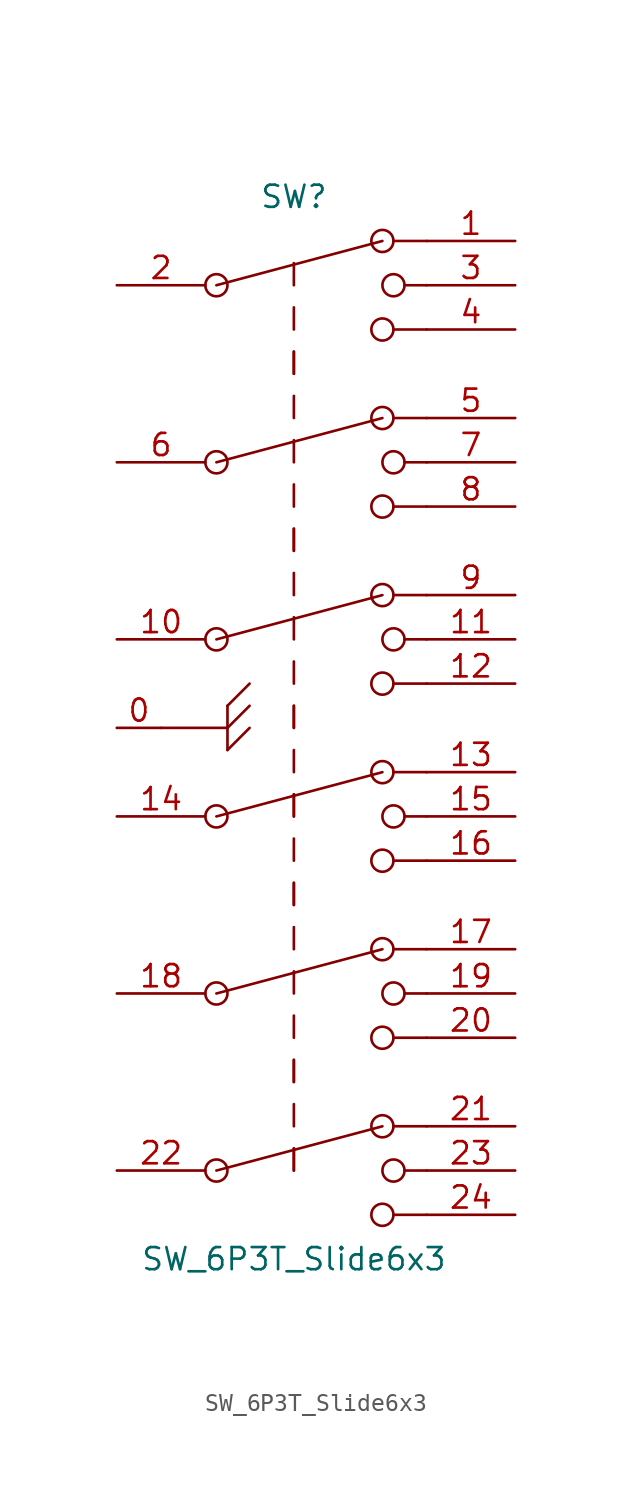
<source format=kicad_sym>
(kicad_symbol_lib
  (version 20211014)
  (generator kicad_symbol_editor)
  (symbol "SW_6P3T_Slide6x3"
    (pin_names
      (offset 1.016) hide)
    (property "Reference" "SW"
      (at 0 30.48 0)
      (effects (font (size 1.27 1.27))))
    (property "Value" "SW_6P3T_Slide6x3"
      (at 0 -30.48 0)
      (effects (font (size 1.27 1.27))))
    (symbol "SW_6P3T_Slide6x3_0_0"
      (circle (center -4.445 -25.4) (radius 0.635) (stroke (width 0) (type default) (color 0 0 0 0)) (fill (type none)))
      (circle (center -4.445 -15.24) (radius 0.635) (stroke (width 0) (type default) (color 0 0 0 0)) (fill (type none)))
      (circle (center -4.445 15.24) (radius 0.635) (stroke (width 0) (type default) (color 0 0 0 0)) (fill (type none)))
      (circle (center -4.445 25.4) (radius 0.635) (stroke (width 0) (type default) (color 0 0 0 0)) (fill (type none)))
      (polyline (pts (xy -4.445 -25.4) (xy 5.08 -22.86)) (stroke (width 0) (type default) (color 0 0 0 0)) (fill (type none)))
      (polyline (pts (xy -4.445 -15.24) (xy 5.08 -12.7)) (stroke (width 0) (type default) (color 0 0 0 0)) (fill (type none)))
      (polyline (pts (xy -4.445 15.24) (xy 5.08 17.78)) (stroke (width 0) (type default) (color 0 0 0 0)) (fill (type none)))
      (polyline (pts (xy -4.445 25.4) (xy 5.08 27.94)) (stroke (width 0) (type default) (color 0 0 0 0)) (fill (type none)))
      (polyline (pts (xy 0 -22.86) (xy 0 -21.59)) (stroke (width 0) (type default) (color 0 0 0 0)) (fill (type none)))
      (polyline (pts (xy 0 -20.32) (xy 0 -19.05)) (stroke (width 0) (type default) (color 0 0 0 0)) (fill (type none)))
      (polyline (pts (xy 0 -20.32) (xy 0 -19.05)) (stroke (width 0) (type default) (color 0 0 0 0)) (fill (type none)))
      (polyline (pts (xy 0 -17.78) (xy 0 -16.51)) (stroke (width 0) (type default) (color 0 0 0 0)) (fill (type none)))
      (polyline (pts (xy 0 -15.24) (xy 0 -13.97)) (stroke (width 0) (type default) (color 0 0 0 0)) (fill (type none)))
      (polyline (pts (xy 0 -12.7) (xy 0 -11.43)) (stroke (width 0) (type default) (color 0 0 0 0)) (fill (type none)))
      (polyline (pts (xy 0 -10.16) (xy 0 -8.89)) (stroke (width 0) (type default) (color 0 0 0 0)) (fill (type none)))
      (polyline (pts (xy 0 -10.16) (xy 0 -8.89)) (stroke (width 0) (type default) (color 0 0 0 0)) (fill (type none)))
      (polyline (pts (xy 0 12.7) (xy 0 13.97)) (stroke (width 0) (type default) (color 0 0 0 0)) (fill (type none)))
      (polyline (pts (xy 0 15.24) (xy 0 16.51)) (stroke (width 0) (type default) (color 0 0 0 0)) (fill (type none)))
      (polyline (pts (xy 0 17.78) (xy 0 19.05)) (stroke (width 0) (type default) (color 0 0 0 0)) (fill (type none)))
      (polyline (pts (xy 0 20.32) (xy 0 21.59)) (stroke (width 0) (type default) (color 0 0 0 0)) (fill (type none)))
      (polyline (pts (xy 0 20.32) (xy 0 21.59)) (stroke (width 0) (type default) (color 0 0 0 0)) (fill (type none)))
      (polyline (pts (xy 0 22.86) (xy 0 24.13)) (stroke (width 0) (type default) (color 0 0 0 0)) (fill (type none)))
      (polyline (pts (xy 0 25.4) (xy 0 26.67)) (stroke (width 0) (type default) (color 0 0 0 0)) (fill (type none)))
      (polyline (pts (xy 5.715 -27.94) (xy 7.62 -27.94)) (stroke (width 0) (type default) (color 0 0 0 0)) (fill (type none)))
      (polyline (pts (xy 5.715 -22.86) (xy 7.62 -22.86)) (stroke (width 0) (type default) (color 0 0 0 0)) (fill (type none)))
      (polyline (pts (xy 5.715 -17.78) (xy 7.62 -17.78)) (stroke (width 0) (type default) (color 0 0 0 0)) (fill (type none)))
      (polyline (pts (xy 5.715 -12.7) (xy 7.62 -12.7)) (stroke (width 0) (type default) (color 0 0 0 0)) (fill (type none)))
      (polyline (pts (xy 5.715 12.7) (xy 7.62 12.7)) (stroke (width 0) (type default) (color 0 0 0 0)) (fill (type none)))
      (polyline (pts (xy 5.715 17.78) (xy 7.62 17.78)) (stroke (width 0) (type default) (color 0 0 0 0)) (fill (type none)))
      (polyline (pts (xy 5.715 22.86) (xy 7.62 22.86)) (stroke (width 0) (type default) (color 0 0 0 0)) (fill (type none)))
      (polyline (pts (xy 5.715 27.94) (xy 7.62 27.94)) (stroke (width 0) (type default) (color 0 0 0 0)) (fill (type none)))
      (polyline (pts (xy 6.35 -25.4) (xy 7.62 -25.4)) (stroke (width 0) (type default) (color 0 0 0 0)) (fill (type none)))
      (polyline (pts (xy 6.35 -15.24) (xy 7.62 -15.24)) (stroke (width 0) (type default) (color 0 0 0 0)) (fill (type none)))
      (polyline (pts (xy 6.35 15.24) (xy 7.62 15.24)) (stroke (width 0) (type default) (color 0 0 0 0)) (fill (type none)))
      (polyline (pts (xy 6.35 25.4) (xy 7.62 25.4)) (stroke (width 0) (type default) (color 0 0 0 0)) (fill (type none)))
      (circle (center 5.08 -27.94) (radius 0.635) (stroke (width 0) (type default) (color 0 0 0 0)) (fill (type none)))
      (circle (center 5.08 -22.86) (radius 0.635) (stroke (width 0) (type default) (color 0 0 0 0)) (fill (type none)))
      (circle (center 5.08 -17.78) (radius 0.635) (stroke (width 0) (type default) (color 0 0 0 0)) (fill (type none)))
      (circle (center 5.08 -12.7) (radius 0.635) (stroke (width 0) (type default) (color 0 0 0 0)) (fill (type none)))
      (circle (center 5.08 12.7) (radius 0.635) (stroke (width 0) (type default) (color 0 0 0 0)) (fill (type none)))
      (circle (center 5.08 17.78) (radius 0.635) (stroke (width 0) (type default) (color 0 0 0 0)) (fill (type none)))
      (circle (center 5.08 22.86) (radius 0.635) (stroke (width 0) (type default) (color 0 0 0 0)) (fill (type none)))
      (circle (center 5.08 27.94) (radius 0.635) (stroke (width 0) (type default) (color 0 0 0 0)) (fill (type none)))
      (circle (center 5.715 -25.4) (radius 0.635) (stroke (width 0) (type default) (color 0 0 0 0)) (fill (type none)))
      (circle (center 5.715 -15.24) (radius 0.635) (stroke (width 0) (type default) (color 0 0 0 0)) (fill (type none)))
      (circle (center 5.715 15.24) (radius 0.635) (stroke (width 0) (type default) (color 0 0 0 0)) (fill (type none)))
      (circle (center 5.715 25.4) (radius 0.635) (stroke (width 0) (type default) (color 0 0 0 0)) (fill (type none))))
    (symbol "SW_6P3T_Slide6x3_0_1"
      (polyline (pts (xy -3.81 -1.27) (xy -2.54 0)) (stroke (width 0) (type default) (color 0 0 0 0)) (fill (type none)))
      (polyline (pts (xy -3.81 0) (xy -7.62 0)) (stroke (width 0) (type default) (color 0 0 0 0)) (fill (type none)))
      (polyline (pts (xy -3.81 0) (xy -2.54 1.27)) (stroke (width 0) (type default) (color 0 0 0 0)) (fill (type none)))
      (polyline (pts (xy -3.81 1.27) (xy -3.81 -1.27)) (stroke (width 0) (type default) (color 0 0 0 0)) (fill (type none)))
      (polyline (pts (xy -3.81 1.27) (xy -2.54 2.54)) (stroke (width 0) (type default) (color 0 0 0 0)) (fill (type none)))
      (pin passive line (at 12.7 27.94 180) (length 5.08) (name "1" (effects (font (size 1.27 1.27)))) (number "1" (effects (font (size 1.27 1.27)))))
      (pin passive line (at 12.7 -12.7 180) (length 5.08) (name "17" (effects (font (size 1.27 1.27)))) (number "17" (effects (font (size 1.27 1.27)))))
      (pin passive line (at -10.16 -15.24 0) (length 5.08) (name "18" (effects (font (size 1.27 1.27)))) (number "18" (effects (font (size 1.27 1.27)))))
      (pin passive line (at 12.7 -15.24 180) (length 5.08) (name "19" (effects (font (size 1.27 1.27)))) (number "19" (effects (font (size 1.27 1.27)))))
      (pin passive line (at -10.16 25.4 0) (length 5.08) (name "2" (effects (font (size 1.27 1.27)))) (number "2" (effects (font (size 1.27 1.27)))))
      (pin passive line (at 12.7 -17.78 180) (length 5.08) (name "20" (effects (font (size 1.27 1.27)))) (number "20" (effects (font (size 1.27 1.27)))))
      (pin passive line (at 12.7 -22.86 180) (length 5.08) (name "21" (effects (font (size 1.27 1.27)))) (number "21" (effects (font (size 1.27 1.27)))))
      (pin passive line (at -10.16 -25.4 0) (length 5.08) (name "22" (effects (font (size 1.27 1.27)))) (number "22" (effects (font (size 1.27 1.27)))))
      (pin passive line (at 12.7 -25.4 180) (length 5.08) (name "23" (effects (font (size 1.27 1.27)))) (number "23" (effects (font (size 1.27 1.27)))))
      (pin passive line (at 12.7 -27.94 180) (length 5.08) (name "24" (effects (font (size 1.27 1.27)))) (number "24" (effects (font (size 1.27 1.27)))))
      (pin passive line (at 12.7 25.4 180) (length 5.08) (name "3" (effects (font (size 1.27 1.27)))) (number "3" (effects (font (size 1.27 1.27)))))
      (pin passive line (at 12.7 22.86 180) (length 5.08) (name "4" (effects (font (size 1.27 1.27)))) (number "4" (effects (font (size 1.27 1.27)))))
      (pin passive line (at 12.7 17.78 180) (length 5.08) (name "5" (effects (font (size 1.27 1.27)))) (number "5" (effects (font (size 1.27 1.27)))))
      (pin passive line (at -10.16 15.24 0) (length 5.08) (name "6" (effects (font (size 1.27 1.27)))) (number "6" (effects (font (size 1.27 1.27)))))
      (pin passive line (at 12.7 15.24 180) (length 5.08) (name "7" (effects (font (size 1.27 1.27)))) (number "7" (effects (font (size 1.27 1.27)))))
      (pin passive line (at 12.7 12.7 180) (length 5.08) (name "8" (effects (font (size 1.27 1.27)))) (number "8" (effects (font (size 1.27 1.27))))))
    (symbol "SW_6P3T_Slide6x3_1_1"
      (circle (center -4.445 -5.08) (radius 0.635) (stroke (width 0) (type default) (color 0 0 0 0)) (fill (type none)))
      (circle (center -4.445 5.08) (radius 0.635) (stroke (width 0) (type default) (color 0 0 0 0)) (fill (type none)))
      (polyline (pts (xy -4.445 -5.08) (xy 5.08 -2.54)) (stroke (width 0) (type default) (color 0 0 0 0)) (fill (type none)))
      (polyline (pts (xy -4.445 5.08) (xy 5.08 7.62)) (stroke (width 0) (type default) (color 0 0 0 0)) (fill (type none)))
      (polyline (pts (xy 0 -25.4) (xy 0 -24.13)) (stroke (width 0) (type default) (color 0 0 0 0)) (fill (type none)))
      (polyline (pts (xy 0 -25.4) (xy 0 -24.13)) (stroke (width 0) (type default) (color 0 0 0 0)) (fill (type none)))
      (polyline (pts (xy 0 -7.62) (xy 0 -6.35)) (stroke (width 0) (type default) (color 0 0 0 0)) (fill (type none)))
      (polyline (pts (xy 0 -5.08) (xy 0 -3.81)) (stroke (width 0) (type default) (color 0 0 0 0)) (fill (type none)))
      (polyline (pts (xy 0 -5.08) (xy 0 -3.81)) (stroke (width 0) (type default) (color 0 0 0 0)) (fill (type none)))
      (polyline (pts (xy 0 -2.54) (xy 0 -1.27)) (stroke (width 0) (type default) (color 0 0 0 0)) (fill (type none)))
      (polyline (pts (xy 0 0) (xy 0 1.27)) (stroke (width 0) (type default) (color 0 0 0 0)) (fill (type none)))
      (polyline (pts (xy 0 0) (xy 0 1.27)) (stroke (width 0) (type default) (color 0 0 0 0)) (fill (type none)))
      (polyline (pts (xy 0 2.54) (xy 0 3.81)) (stroke (width 0) (type default) (color 0 0 0 0)) (fill (type none)))
      (polyline (pts (xy 0 5.08) (xy 0 6.35)) (stroke (width 0) (type default) (color 0 0 0 0)) (fill (type none)))
      (polyline (pts (xy 0 7.62) (xy 0 8.89)) (stroke (width 0) (type default) (color 0 0 0 0)) (fill (type none)))
      (polyline (pts (xy 0 10.16) (xy 0 11.43)) (stroke (width 0) (type default) (color 0 0 0 0)) (fill (type none)))
      (polyline (pts (xy 0 10.16) (xy 0 11.43)) (stroke (width 0) (type default) (color 0 0 0 0)) (fill (type none)))
      (polyline (pts (xy 5.715 -7.62) (xy 7.62 -7.62)) (stroke (width 0) (type default) (color 0 0 0 0)) (fill (type none)))
      (polyline (pts (xy 5.715 -2.54) (xy 7.62 -2.54)) (stroke (width 0) (type default) (color 0 0 0 0)) (fill (type none)))
      (polyline (pts (xy 5.715 2.54) (xy 7.62 2.54)) (stroke (width 0) (type default) (color 0 0 0 0)) (fill (type none)))
      (polyline (pts (xy 5.715 7.62) (xy 7.62 7.62)) (stroke (width 0) (type default) (color 0 0 0 0)) (fill (type none)))
      (polyline (pts (xy 6.35 -5.08) (xy 7.62 -5.08)) (stroke (width 0) (type default) (color 0 0 0 0)) (fill (type none)))
      (polyline (pts (xy 6.35 5.08) (xy 7.62 5.08)) (stroke (width 0) (type default) (color 0 0 0 0)) (fill (type none)))
      (circle (center 5.08 -7.62) (radius 0.635) (stroke (width 0) (type default) (color 0 0 0 0)) (fill (type none)))
      (circle (center 5.08 -2.54) (radius 0.635) (stroke (width 0) (type default) (color 0 0 0 0)) (fill (type none)))
      (circle (center 5.08 2.54) (radius 0.635) (stroke (width 0) (type default) (color 0 0 0 0)) (fill (type none)))
      (circle (center 5.08 7.62) (radius 0.635) (stroke (width 0) (type default) (color 0 0 0 0)) (fill (type none)))
      (circle (center 5.715 -5.08) (radius 0.635) (stroke (width 0) (type default) (color 0 0 0 0)) (fill (type none)))
      (circle (center 5.715 5.08) (radius 0.635) (stroke (width 0) (type default) (color 0 0 0 0)) (fill (type none)))
      (pin power_in line (at -10.16 0 0) (length 2.54) (name "0" (effects (font (size 1.27 1.27)))) (number "0" (effects (font (size 1.27 1.27)))))
      (pin passive line (at -10.16 5.08 0) (length 5.08) (name "10" (effects (font (size 1.27 1.27)))) (number "10" (effects (font (size 1.27 1.27)))))
      (pin passive line (at 12.7 5.08 180) (length 5.08) (name "11" (effects (font (size 1.27 1.27)))) (number "11" (effects (font (size 1.27 1.27)))))
      (pin passive line (at 12.7 2.54 180) (length 5.08) (name "12" (effects (font (size 1.27 1.27)))) (number "12" (effects (font (size 1.27 1.27)))))
      (pin passive line (at 12.7 -2.54 180) (length 5.08) (name "13" (effects (font (size 1.27 1.27)))) (number "13" (effects (font (size 1.27 1.27)))))
      (pin passive line (at -10.16 -5.08 0) (length 5.08) (name "14" (effects (font (size 1.27 1.27)))) (number "14" (effects (font (size 1.27 1.27)))))
      (pin passive line (at 12.7 -5.08 180) (length 5.08) (name "15" (effects (font (size 1.27 1.27)))) (number "15" (effects (font (size 1.27 1.27)))))
      (pin passive line (at 12.7 -7.62 180) (length 5.08) (name "16" (effects (font (size 1.27 1.27)))) (number "16" (effects (font (size 1.27 1.27)))))
      (pin passive line (at 12.7 7.62 180) (length 5.08) (name "9" (effects (font (size 1.27 1.27)))) (number "9" (effects (font (size 1.27 1.27))))))))
</source>
